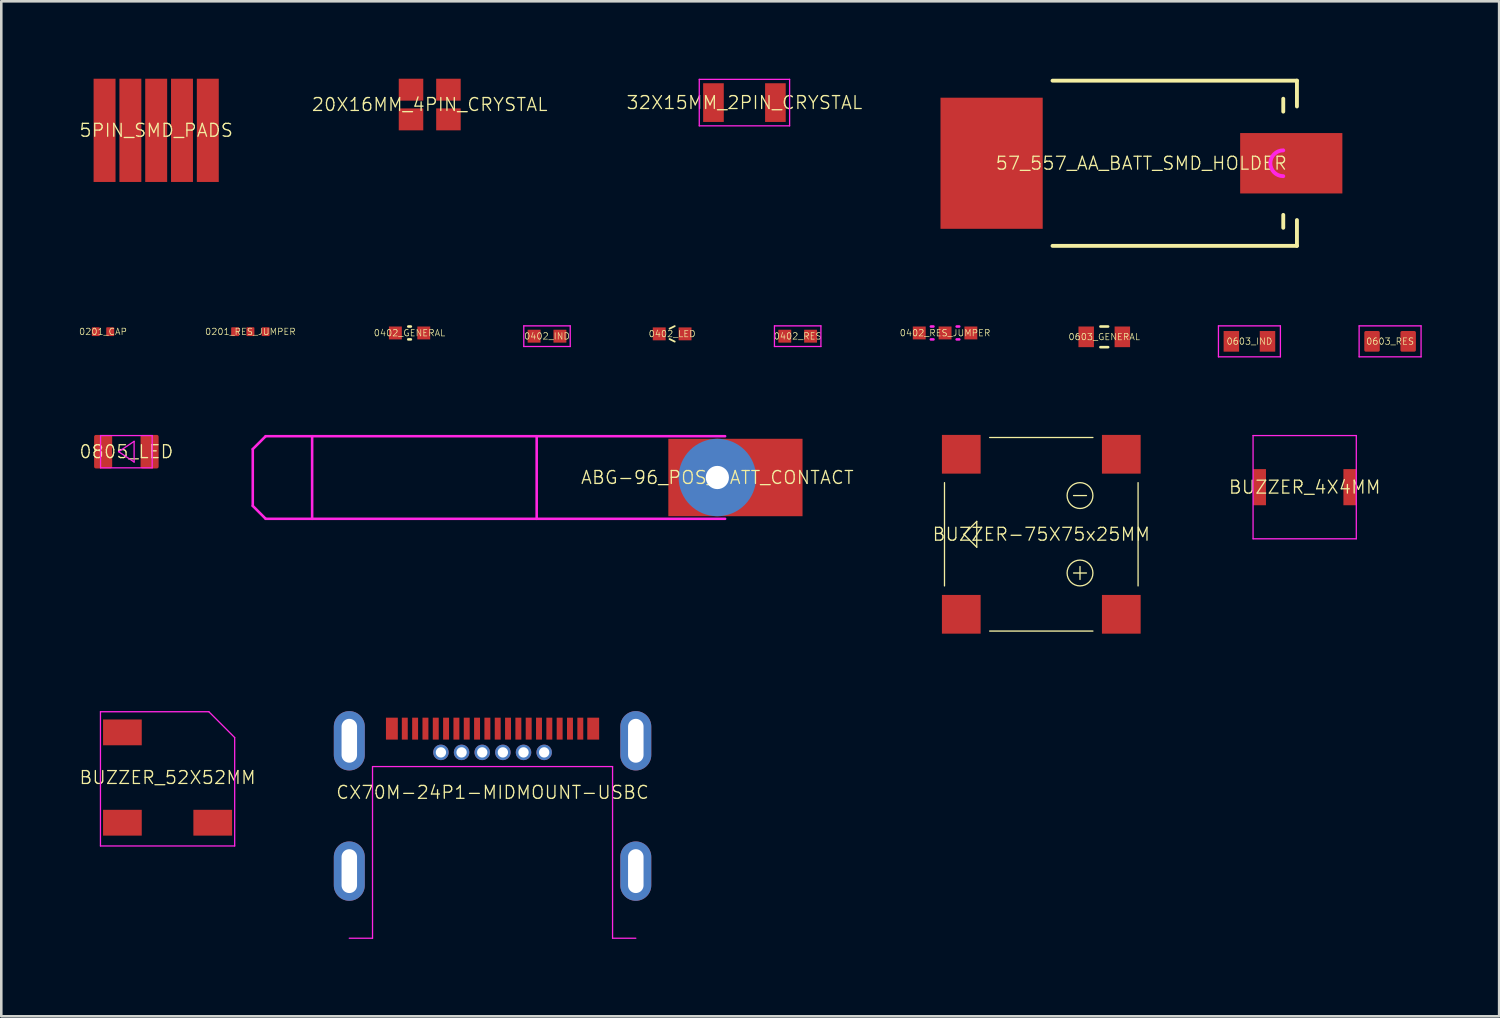
<source format=kicad_pcb>
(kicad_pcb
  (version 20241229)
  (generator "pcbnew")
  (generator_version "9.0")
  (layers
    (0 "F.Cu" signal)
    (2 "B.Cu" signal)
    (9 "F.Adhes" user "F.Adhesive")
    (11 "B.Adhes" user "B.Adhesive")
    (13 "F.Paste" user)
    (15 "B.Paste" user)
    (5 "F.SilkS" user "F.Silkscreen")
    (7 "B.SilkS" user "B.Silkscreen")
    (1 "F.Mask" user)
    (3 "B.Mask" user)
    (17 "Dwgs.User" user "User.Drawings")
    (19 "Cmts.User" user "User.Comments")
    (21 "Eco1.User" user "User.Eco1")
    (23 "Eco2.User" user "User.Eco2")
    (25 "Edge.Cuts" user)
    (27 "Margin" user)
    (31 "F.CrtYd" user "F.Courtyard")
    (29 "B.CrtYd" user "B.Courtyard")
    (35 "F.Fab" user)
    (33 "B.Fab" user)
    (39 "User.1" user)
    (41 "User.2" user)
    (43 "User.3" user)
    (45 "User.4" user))
  (footprint "BUZZER_52X52MM"
    (layer "F.Cu")
    (at 3.442 27.075)
    (property "Reference" "BUZZER_52X52MM" (at 0 0 0) (layer "F.SilkS") (effects (font (size 0.5 0.5) (thickness 0.05))))
    (attr through_hole)
    (fp_line (start -2.6 -2.55) (end -2.6 2.65) (stroke (width 0.05) (type solid)) (layer "F.CrtYd"))
    (fp_line (start -2.6 -2.55) (end 1.6 -2.55) (stroke (width 0.05) (type solid)) (layer "F.CrtYd"))
    (fp_line (start -2.6 2.65) (end 2.6 2.65) (stroke (width 0.05) (type solid)) (layer "F.CrtYd"))
    (fp_line (start 1.6 -2.55) (end 2.6 -1.55) (stroke (width 0.05) (type solid)) (layer "F.CrtYd"))
    (fp_line (start 2.6 -1.55) (end 2.6 2.65) (stroke (width 0.05) (type solid)) (layer "F.CrtYd"))
    (pad "1" smd rect (at -1.75 1.75) (size 1.5 1) (layers "F.Cu" "F.Mask" "F.Paste"))
    (pad "2" smd rect (at 1.75 1.75) (size 1.5 1) (layers "F.Cu" "F.Mask" "F.Paste"))
    (pad "~" smd rect (at -1.75 -1.75) (size 1.5 1) (layers "F.Cu" "F.Mask" "F.Paste")))
  (footprint "57_557_AA_BATT_SMD_HOLDER"
    (layer "F.Cu")
    (at 41.168 3.275)
    (property "Reference" "57_557_AA_BATT_SMD_HOLDER" (at 0 0 0) (layer "F.SilkS") (effects (font (size 0.5 0.5) (thickness 0.05))))
    (attr through_hole)
    (fp_line (start -3.44 -3.2) (end 6.03 -3.2) (stroke (width 0.15) (type solid)) (layer "F.SilkS"))
    (fp_line (start -3.44 3.2) (end 6.03 3.2) (stroke (width 0.15) (type solid)) (layer "F.SilkS"))
    (fp_line (start 5.5 -2.5) (end 5.5 -2) (stroke (width 0.15) (type solid)) (layer "F.SilkS"))
    (fp_line (start 5.5 2.5) (end 5.5 2) (stroke (width 0.15) (type solid)) (layer "F.SilkS"))
    (fp_line (start 6.03 -3.2) (end 6.03 -2.2) (stroke (width 0.15) (type solid)) (layer "F.SilkS"))
    (fp_line (start 6.03 3.2) (end 6.03 2.2) (stroke (width 0.15) (type solid)) (layer "F.SilkS"))
    (fp_arc (start 5.5 0.5) (mid 5 0) (end 5.5 -0.5) (stroke (width 0.15) (type solid)) (layer "F.CrtYd"))
    (pad "1" smd rect (at -5.8 0) (size 3.96 5.08) (layers "F.Cu" "F.Mask" "F.Paste"))
    (pad "1" smd rect (at 5.81 0) (size 3.96 2.34) (layers "F.Cu" "F.Mask" "F.Paste")))
  (footprint "CX70M-24P1-MIDMOUNT-USBC"
    (layer "F.Cu")
    (at 16.033 27.65)
    (property "Reference" "CX70M-24P1-MIDMOUNT-USBC" (at 0 0 0) (layer "F.SilkS") (effects (font (size 0.5 0.5) (thickness 0.05))))
    (attr through_hole)
    (fp_line (start -4.65 -1) (end -4.65 5.65) (stroke (width 0.05) (type solid)) (layer "F.CrtYd"))
    (fp_line (start -4.65 5.65) (end -5.55 5.65) (stroke (width 0.05) (type solid)) (layer "F.CrtYd"))
    (fp_line (start 4.65 -1) (end -4.65 -1) (stroke (width 0.05) (type solid)) (layer "F.CrtYd"))
    (fp_line (start 4.65 5.65) (end 4.65 -1) (stroke (width 0.05) (type solid)) (layer "F.CrtYd"))
    (fp_line (start 5.55 5.65) (end 4.65 5.65) (stroke (width 0.05) (type solid)) (layer "F.CrtYd"))
    (pad "A1" smd rect (at -2.2 -2.47) (size 0.23 0.85) (layers "F.Cu" "F.Mask" "F.Paste"))
    (pad "A2" smd rect (at -1.8 -2.47) (size 0.23 0.85) (layers "F.Cu" "F.Mask" "F.Paste"))
    (pad "A3" smd rect (at -1.4 -2.47) (size 0.23 0.85) (layers "F.Cu" "F.Mask" "F.Paste"))
    (pad "A4" smd rect (at -1 -2.47) (size 0.23 0.85) (layers "F.Cu" "F.Mask" "F.Paste"))
    (pad "A5" smd rect (at -0.6 -2.47) (size 0.23 0.85) (layers "F.Cu" "F.Mask" "F.Paste"))
    (pad "A6" smd rect (at -0.2 -2.47) (size 0.23 0.85) (layers "F.Cu" "F.Mask" "F.Paste"))
    (pad "A7" smd rect (at 0.2 -2.47) (size 0.23 0.85) (layers "F.Cu" "F.Mask" "F.Paste"))
    (pad "A8" smd rect (at 0.6 -2.47) (size 0.23 0.85) (layers "F.Cu" "F.Mask" "F.Paste"))
    (pad "A9" smd rect (at 1 -2.47) (size 0.23 0.85) (layers "F.Cu" "F.Mask" "F.Paste"))
    (pad "A10" smd rect (at 1.4 -2.47) (size 0.23 0.85) (layers "F.Cu" "F.Mask" "F.Paste"))
    (pad "A11" smd rect (at 1.8 -2.47) (size 0.23 0.85) (layers "F.Cu" "F.Mask" "F.Paste"))
    (pad "A12" smd rect (at 2.2 -2.47) (size 0.23 0.85) (layers "F.Cu" "F.Mask" "F.Paste"))
    (pad "B1" smd rect (at 3.4 -2.47) (size 0.23 0.85) (layers "F.Cu" "F.Mask" "F.Paste"))
    (pad "B2" smd rect (at 3 -2.47) (size 0.23 0.85) (layers "F.Cu" "F.Mask" "F.Paste"))
    (pad "B3" smd rect (at 2.6 -2.47) (size 0.23 0.85) (layers "F.Cu" "F.Mask" "F.Paste"))
    (pad "B4" thru_hole circle (at 2 -1.55) (size 0.6 0.6) (drill 0.4) (layers "*.Cu" "*.Mask" "F.Paste"))
    (pad "B5" thru_hole circle (at 1.2 -1.55) (size 0.6 0.6) (drill 0.4) (layers "*.Cu" "*.Mask" "F.Paste"))
    (pad "B6" thru_hole circle (at 0.4 -1.55) (size 0.6 0.6) (drill 0.4) (layers "*.Cu" "*.Mask" "F.Paste"))
    (pad "B7" thru_hole circle (at -0.4 -1.55) (size 0.6 0.6) (drill 0.4) (layers "*.Cu" "*.Mask" "F.Paste"))
    (pad "B8" thru_hole circle (at -1.2 -1.55) (size 0.6 0.6) (drill 0.4) (layers "*.Cu" "*.Mask" "F.Paste"))
    (pad "B9" thru_hole circle (at -2 -1.55) (size 0.6 0.6) (drill 0.4) (layers "*.Cu" "*.Mask" "F.Paste"))
    (pad "B10" smd rect (at -2.6 -2.47) (size 0.23 0.85) (layers "F.Cu" "F.Mask" "F.Paste"))
    (pad "B11" smd rect (at -3 -2.47) (size 0.23 0.85) (layers "F.Cu" "F.Mask" "F.Paste"))
    (pad "B12" smd rect (at -3.4 -2.47) (size 0.23 0.85) (layers "F.Cu" "F.Mask" "F.Paste"))
    (pad "S1" thru_hole oval (at -5.55 -2) (size 1.2 2.3) (drill oval 0.6 1.7) (layers "*.Cu" "*.Mask" "F.Paste"))
    (pad "S1" thru_hole oval (at -5.55 3.05) (size 1.2 2.3) (drill oval 0.6 1.7) (layers "*.Cu" "*.Mask" "F.Paste"))
    (pad "S1" smd rect (at -3.9 -2.47) (size 0.46 0.85) (layers "F.Cu" "F.Mask" "F.Paste"))
    (pad "S1" smd rect (at 3.9 -2.47) (size 0.46 0.85) (layers "F.Cu" "F.Mask" "F.Paste"))
    (pad "S1" thru_hole oval (at 5.55 -2) (size 1.2 2.3) (drill oval 0.6 1.7) (layers "*.Cu" "*.Mask" "F.Paste"))
    (pad "S1" thru_hole oval (at 5.55 3.05) (size 1.2 2.3) (drill oval 0.6 1.7) (layers "*.Cu" "*.Mask" "F.Paste")))
  (footprint "0402_RES"
    (layer "F.Cu")
    (at 27.855 9.975)
    (property "Reference" "0402_RES" (at 0 0 0) (layer "F.SilkS") (effects (font (size 0.25 0.25) (thickness 0.025))))
    (attr smd)
    (fp_line (start -0.9 -0.4) (end -0.9 0.4) (stroke (width 0.05) (type solid)) (layer "F.CrtYd"))
    (fp_line (start -0.9 -0.4) (end 0.9 -0.4) (stroke (width 0.05) (type solid)) (layer "F.CrtYd"))
    (fp_line (start -0.9 0.4) (end 0.9 0.4) (stroke (width 0.05) (type solid)) (layer "F.CrtYd"))
    (fp_line (start 0.9 -0.4) (end 0.9 0.4) (stroke (width 0.05) (type solid)) (layer "F.CrtYd"))
    (pad "1" smd rect (at -0.5 0) (size 0.5 0.5) (layers "F.Cu" "F.Mask" "F.Paste"))
    (pad "2" smd rect (at 0.5 0) (size 0.5 0.5) (layers "F.Cu" "F.Mask" "F.Paste")))
  (footprint "ABG-96_POS_BATT_CONTACT"
    (layer "F.Cu")
    (at 24.743 15.45)
    (property "Reference" "ABG-96_POS_BATT_CONTACT" (at 0 0 0) (layer "F.SilkS") (effects (font (size 0.5 0.5) (thickness 0.05))))
    (attr through_hole)
    (fp_line (start -18 1.1) (end -18 -1.1) (stroke (width 0.1) (type solid)) (layer "F.CrtYd"))
    (fp_line (start -18 1.1) (end -17.5 1.6) (stroke (width 0.1) (type solid)) (layer "F.CrtYd"))
    (fp_line (start -17.5 -1.6) (end -18 -1.1) (stroke (width 0.1) (type solid)) (layer "F.CrtYd"))
    (fp_line (start -17.5 -1.6) (end 0.3 -1.6) (stroke (width 0.1) (type solid)) (layer "F.CrtYd"))
    (fp_line (start -15.7 -1.6) (end -15.7 1.6) (stroke (width 0.1) (type solid)) (layer "F.CrtYd"))
    (fp_line (start -7 -1.6) (end -7 1.6) (stroke (width 0.1) (type solid)) (layer "F.CrtYd"))
    (fp_line (start 0.3 1.6) (end -17.5 1.6) (stroke (width 0.1) (type solid)) (layer "F.CrtYd"))
    (pad "1" thru_hole circle (at 0 0) (size 3 3) (drill 0.9) (layers "*.Cu" "*.Mask"))
    (pad "1" smd rect (at 0.7 0) (size 5.2 3) (layers "F.Cu" "F.Mask" "F.Paste")))
  (footprint "0603_RES"
    (layer "F.Cu")
    (at 50.807 10.175)
    (property "Reference" "0603_RES" (at 0 0 0) (layer "F.SilkS") (effects (font (size 0.25 0.25) (thickness 0.025))))
    (attr smd)
    (fp_line (start -1.2 -0.6) (end 1.2 -0.6) (stroke (width 0.05) (type solid)) (layer "F.CrtYd"))
    (fp_line (start -1.2 0.6) (end -1.2 -0.6) (stroke (width 0.05) (type solid)) (layer "F.CrtYd"))
    (fp_line (start 1.2 -0.6) (end 1.2 0.6) (stroke (width 0.05) (type solid)) (layer "F.CrtYd"))
    (fp_line (start 1.2 0.6) (end -1.2 0.6) (stroke (width 0.05) (type solid)) (layer "F.CrtYd"))
    (pad "1" smd roundrect (at -0.7 0) (size 0.6 0.8) (layers "F.Cu" "F.Mask" "F.Paste") (roundrect_rratio 0.1))
    (pad "2" smd roundrect (at 0.7 0) (size 0.6 0.8) (layers "F.Cu" "F.Mask" "F.Paste") (roundrect_rratio 0.1)))
  (footprint "0201_RES_JUMPER"
    (layer "F.Cu")
    (at 6.651 9.8)
    (property "Reference" "0201_RES_JUMPER" (at 0 0 0) (layer "F.SilkS") (effects (font (size 0.25 0.25) (thickness 0.025))))
    (attr smd)
    (pad "1" smd roundrect (at -0.59 0) (size 0.31 0.34) (layers "F.Cu" "F.Mask" "F.Paste") (roundrect_rratio 0.1))
    (pad "2" smd roundrect (at 0 0) (size 0.31 0.34) (layers "F.Cu" "F.Mask" "F.Paste") (roundrect_rratio 0.1))
    (pad "3" smd roundrect (at 0.59 0) (size 0.31 0.34) (layers "F.Cu" "F.Mask" "F.Paste") (roundrect_rratio 0.1)))
  (footprint "0805_LED"
    (layer "F.Cu")
    (at 1.846 14.45)
    (property "Reference" "0805_LED" (at 0 0 0) (layer "F.SilkS") (effects (font (size 0.5 0.5) (thickness 0.05))))
    (attr through_hole)
    (fp_line (start -1 -0.625) (end 1 -0.625) (stroke (width 0.05) (type solid)) (layer "F.CrtYd"))
    (fp_line (start -1 0.625) (end -1 -0.625) (stroke (width 0.05) (type solid)) (layer "F.CrtYd"))
    (fp_line (start -0.3 0) (end 0.3 -0.4) (stroke (width 0.05) (type solid)) (layer "F.CrtYd"))
    (fp_line (start 0.3 -0.4) (end 0.3 0.4) (stroke (width 0.05) (type solid)) (layer "F.CrtYd"))
    (fp_line (start 0.3 0.4) (end -0.3 0) (stroke (width 0.05) (type solid)) (layer "F.CrtYd"))
    (fp_line (start 1 -0.625) (end 1 0.625) (stroke (width 0.05) (type solid)) (layer "F.CrtYd"))
    (fp_line (start 1 0.625) (end -1 0.625) (stroke (width 0.05) (type solid)) (layer "F.CrtYd"))
    (pad "1" smd roundrect (at -0.9 0) (size 0.7 1.3) (layers "F.Cu" "F.Mask" "F.Paste") (roundrect_rratio 0.1))
    (pad "2" smd roundrect (at 0.9 0) (size 0.7 1.3) (layers "F.Cu" "F.Mask" "F.Paste") (roundrect_rratio 0.1)))
  (footprint "0603_GENERAL"
    (layer "F.Cu")
    (at 39.733 10)
    (property "Reference" "0603_GENERAL" (at 0 0 0) (layer "F.SilkS") (effects (font (size 0.25 0.25) (thickness 0.025))))
    (attr smd)
    (fp_line (start -0.15 -0.4) (end 0.15 -0.4) (stroke (width 0.1) (type solid)) (layer "F.SilkS"))
    (fp_line (start -0.15 0.4) (end 0.15 0.4) (stroke (width 0.1) (type solid)) (layer "F.SilkS"))
    (pad "1" smd rect (at -0.7 0) (size 0.6 0.8) (layers "F.Cu" "F.Mask" "F.Paste"))
    (pad "2" smd rect (at 0.7 0) (size 0.6 0.8) (layers "F.Cu" "F.Mask" "F.Paste")))
  (footprint "0402_GENERAL"
    (layer "F.Cu")
    (at 12.818 9.85)
    (property "Reference" "0402_GENERAL" (at 0 0 0) (layer "F.SilkS") (effects (font (size 0.25 0.25) (thickness 0.025))))
    (attr smd)
    (fp_line (start -0.05 -0.25) (end 0.05 -0.25) (stroke (width 0.1) (type solid)) (layer "F.SilkS"))
    (fp_line (start -0.05 0.25) (end 0.05 0.25) (stroke (width 0.1) (type solid)) (layer "F.SilkS"))
    (pad "1" smd rect (at -0.55 0) (size 0.5 0.5) (layers "F.Cu" "F.Mask" "F.Paste"))
    (pad "2" smd rect (at 0.55 0) (size 0.5 0.5) (layers "F.Cu" "F.Mask" "F.Paste")))
  (footprint "BUZZER_4X4MM"
    (layer "F.Cu")
    (at 47.498 15.825)
    (property "Reference" "BUZZER_4X4MM" (at 0 0 0) (layer "F.SilkS") (effects (font (size 0.5 0.5) (thickness 0.05))))
    (attr through_hole)
    (fp_line (start -2 -2) (end 2 -2) (stroke (width 0.05) (type solid)) (layer "F.CrtYd"))
    (fp_line (start -2 2) (end -2 -2) (stroke (width 0.05) (type solid)) (layer "F.CrtYd"))
    (fp_line (start 2 -2) (end 2 2) (stroke (width 0.05) (type solid)) (layer "F.CrtYd"))
    (fp_line (start 2 2) (end -2 2) (stroke (width 0.05) (type solid)) (layer "F.CrtYd"))
    (pad "1" smd rect (at -1.75 0) (size 0.5 1.4) (layers "F.Cu" "F.Mask" "F.Paste"))
    (pad "2" smd rect (at 1.75 0) (size 0.5 1.4) (layers "F.Cu" "F.Mask" "F.Paste")))
  (footprint "0402_RES_JUMPER"
    (layer "F.Cu")
    (at 33.565 9.85)
    (property "Reference" "0402_RES_JUMPER" (at 0 0 0) (layer "F.SilkS") (effects (font (size 0.25 0.25) (thickness 0.025))))
    (attr smd)
    (fp_line (start -0.55 -0.25) (end -0.45 -0.25) (stroke (width 0.1) (type solid)) (layer "F.CrtYd"))
    (fp_line (start -0.55 0.25) (end -0.45 0.25) (stroke (width 0.1) (type solid)) (layer "F.CrtYd"))
    (fp_line (start 0.45 -0.25) (end 0.55 -0.25) (stroke (width 0.1) (type solid)) (layer "F.CrtYd"))
    (fp_line (start 0.45 0.25) (end 0.55 0.25) (stroke (width 0.1) (type solid)) (layer "F.CrtYd"))
    (pad "1" smd rect (at -1 0) (size 0.5 0.5) (layers "F.Cu" "F.Mask" "F.Paste"))
    (pad "2" smd rect (at 0 0) (size 0.5 0.5) (layers "F.Cu" "F.Mask" "F.Paste"))
    (pad "3" smd rect (at 1 0) (size 0.5 0.5) (layers "F.Cu" "F.Mask" "F.Paste")))
  (footprint "5PIN_SMD_PADS"
    (layer "F.Cu")
    (at 3.001 2)
    (property "Reference" "5PIN_SMD_PADS" (at 0 0 0) (layer "F.SilkS") (effects (font (size 0.5 0.5) (thickness 0.05))))
    (attr through_hole)
    (pad "1" smd rect (at 2 0) (size 0.85 4) (layers "F.Cu" "F.Mask" "F.Paste"))
    (pad "2" smd rect (at 1 0) (size 0.85 4) (layers "F.Cu" "F.Mask" "F.Paste"))
    (pad "3" smd rect (at 0 0) (size 0.85 4) (layers "F.Cu" "F.Mask" "F.Paste"))
    (pad "4" smd rect (at -1 0) (size 0.85 4) (layers "F.Cu" "F.Mask" "F.Paste"))
    (pad "5" smd rect (at -2 0) (size 0.85 4) (layers "F.Cu" "F.Mask" "F.Paste")))
  (footprint "0603_IND"
    (layer "F.Cu")
    (at 45.357 10.175)
    (property "Reference" "0603_IND" (at 0 0 0) (layer "F.SilkS") (effects (font (size 0.25 0.25) (thickness 0.025))))
    (attr smd)
    (fp_line (start -1.2 -0.6) (end 1.2 -0.6) (stroke (width 0.05) (type solid)) (layer "F.CrtYd"))
    (fp_line (start -1.2 0.6) (end -1.2 -0.6) (stroke (width 0.05) (type solid)) (layer "F.CrtYd"))
    (fp_line (start 1.2 -0.6) (end 1.2 0.6) (stroke (width 0.05) (type solid)) (layer "F.CrtYd"))
    (fp_line (start 1.2 0.6) (end -1.2 0.6) (stroke (width 0.05) (type solid)) (layer "F.CrtYd"))
    (pad "1" smd rect (at -0.7 0) (size 0.6 0.8) (layers "F.Cu" "F.Mask" "F.Paste"))
    (pad "2" smd rect (at 0.7 0) (size 0.6 0.8) (layers "F.Cu" "F.Mask" "F.Paste")))
  (footprint "20X16MM_4PIN_CRYSTAL"
    (layer "F.Cu")
    (at 13.599 1)
    (property "Reference" "20X16MM_4PIN_CRYSTAL" (at 0 0 0) (layer "F.SilkS") (effects (font (size 0.5 0.5) (thickness 0.05))))
    (attr smd)
    (pad "1" smd rect (at -0.725 0.575) (size 0.95 0.85) (layers "F.Cu" "F.Mask" "F.Paste"))
    (pad "2" smd rect (at 0.725 0.575) (size 0.95 0.85) (layers "F.Cu" "F.Mask" "F.Paste"))
    (pad "3" smd rect (at 0.725 -0.575) (size 0.95 0.85) (layers "F.Cu" "F.Mask" "F.Paste"))
    (pad "4" smd rect (at -0.725 -0.575) (size 0.95 0.85) (layers "F.Cu" "F.Mask" "F.Paste")))
  (footprint "32X15MM_2PIN_CRYSTAL"
    (layer "F.Cu")
    (at 25.792 0.925)
    (property "Reference" "32X15MM_2PIN_CRYSTAL" (at 0 0 0) (layer "F.SilkS") (effects (font (size 0.5 0.5) (thickness 0.05))))
    (attr through_hole)
    (fp_line (start -1.75 -0.9) (end -1.75 0.9) (stroke (width 0.05) (type solid)) (layer "F.CrtYd"))
    (fp_line (start -1.75 0.9) (end 1.75 0.9) (stroke (width 0.05) (type solid)) (layer "F.CrtYd"))
    (fp_line (start 1.75 -0.9) (end -1.75 -0.9) (stroke (width 0.05) (type solid)) (layer "F.CrtYd"))
    (fp_line (start 1.75 0.9) (end 1.75 -0.9) (stroke (width 0.05) (type solid)) (layer "F.CrtYd"))
    (pad "1" smd rect (at -1.2 0) (size 0.8 1.5) (layers "F.Cu" "F.Mask" "F.Paste"))
    (pad "2" smd rect (at 1.2 0) (size 0.8 1.5) (layers "F.Cu" "F.Mask" "F.Paste")))
  (footprint "0201_CAP"
    (layer "F.Cu")
    (at 0.941 9.8)
    (property "Reference" "0201_CAP" (at 0 0 0) (layer "F.SilkS") (effects (font (size 0.25 0.25) (thickness 0.025))))
    (attr through_hole)
    (pad "1" smd roundrect (at -0.28 0) (size 0.31 0.34) (layers "F.Cu" "F.Mask" "F.Paste") (roundrect_rratio 0.1))
    (pad "2" smd roundrect (at 0.28 0) (size 0.31 0.34) (layers "F.Cu" "F.Mask" "F.Paste") (roundrect_rratio 0.1)))
  (footprint "0402_LED"
    (layer "F.Cu")
    (at 22.991 9.885)
    (property "Reference" "0402_LED" (at 0 0 0) (layer "F.SilkS") (effects (font (size 0.25 0.25) (thickness 0.025))))
    (attr smd)
    (fp_line (start -0.1 -0.2) (end 0.1 -0.3) (stroke (width 0.07) (type solid)) (layer "F.SilkS"))
    (fp_line (start -0.1 0.2) (end 0.1 0.3) (stroke (width 0.07) (type solid)) (layer "F.SilkS"))
    (pad "1" smd rect (at -0.5 0) (size 0.5 0.5) (layers "F.Cu" "F.Mask" "F.Paste"))
    (pad "2" smd rect (at 0.5 0) (size 0.5 0.5) (layers "F.Cu" "F.Mask" "F.Paste")))
  (footprint "BUZZER-75X75x25MM"
    (layer "F.Cu")
    (at 37.293 17.65)
    (property "Reference" "BUZZER-75X75x25MM" (at 0 0 0) (layer "F.SilkS") (effects (font (size 0.5 0.5) (thickness 0.05))))
    (attr through_hole)
    (fp_line (start -3.75 2) (end -3.75 -2) (stroke (width 0.05) (type solid)) (layer "F.SilkS"))
    (fp_line (start -3 0) (end -2.5 -0.5) (stroke (width 0.05) (type solid)) (layer "F.SilkS"))
    (fp_line (start -2.5 -0.5) (end -2.5 0.5) (stroke (width 0.05) (type solid)) (layer "F.SilkS"))
    (fp_line (start -2.5 0.5) (end -3 0) (stroke (width 0.05) (type solid)) (layer "F.SilkS"))
    (fp_line (start -2 -3.75) (end 2 -3.75) (stroke (width 0.05) (type solid)) (layer "F.SilkS"))
    (fp_line (start 1.25 -1.5) (end 1.75 -1.5) (stroke (width 0.05) (type solid)) (layer "F.SilkS"))
    (fp_line (start 1.25 1.5) (end 1.75 1.5) (stroke (width 0.05) (type solid)) (layer "F.SilkS"))
    (fp_line (start 1.5 1.25) (end 1.5 1.75) (stroke (width 0.05) (type solid)) (layer "F.SilkS"))
    (fp_line (start 2 3.75) (end -2 3.75) (stroke (width 0.05) (type solid)) (layer "F.SilkS"))
    (fp_line (start 3.75 -2) (end 3.75 2) (stroke (width 0.05) (type solid)) (layer "F.SilkS"))
    (fp_circle (center 1.5 -1.5) (end 1 -1.5) (stroke (width 0.05) (type solid)) (fill no) (layer "F.SilkS"))
    (fp_circle (center 1.5 1.5) (end 1 1.5) (stroke (width 0.05) (type solid)) (fill no) (layer "F.SilkS"))
    (pad "1" smd rect (at 3.1 3.1) (size 1.5 1.5) (layers "F.Cu" "F.Mask" "F.Paste"))
    (pad "2" smd rect (at 3.1 -3.1) (size 1.5 1.5) (layers "F.Cu" "F.Mask" "F.Paste"))
    (pad "~" smd rect (at -3.1 -3.1) (size 1.5 1.5) (layers "F.Cu" "F.Mask" "F.Paste"))
    (pad "~" smd rect (at -3.1 3.1) (size 1.5 1.5) (layers "F.Cu" "F.Mask" "F.Paste")))
  (footprint "0402_IND"
    (layer "F.Cu")
    (at 18.143 9.975)
    (property "Reference" "0402_IND" (at 0 0 0) (layer "F.SilkS") (effects (font (size 0.25 0.25) (thickness 0.025))))
    (attr smd)
    (fp_line (start -0.9 -0.4) (end 0.9 -0.4) (stroke (width 0.05) (type solid)) (layer "F.CrtYd"))
    (fp_line (start -0.9 0.4) (end -0.9 -0.4) (stroke (width 0.05) (type solid)) (layer "F.CrtYd"))
    (fp_line (start 0.9 -0.4) (end 0.9 0.4) (stroke (width 0.05) (type solid)) (layer "F.CrtYd"))
    (fp_line (start 0.9 0.4) (end -0.9 0.4) (stroke (width 0.05) (type solid)) (layer "F.CrtYd"))
    (pad "1" smd rect (at -0.5 0) (size 0.5 0.5) (layers "F.Cu" "F.Mask" "F.Paste"))
    (pad "2" smd rect (at 0.5 0) (size 0.5 0.5) (layers "F.Cu" "F.Mask" "F.Paste")))
  (gr_rect
    (start -3 -3)
    (end 55.032 36.325)
    (stroke (width 0.1) (type default))
    (fill no)
    (layer "Edge.Cuts")))
</source>
